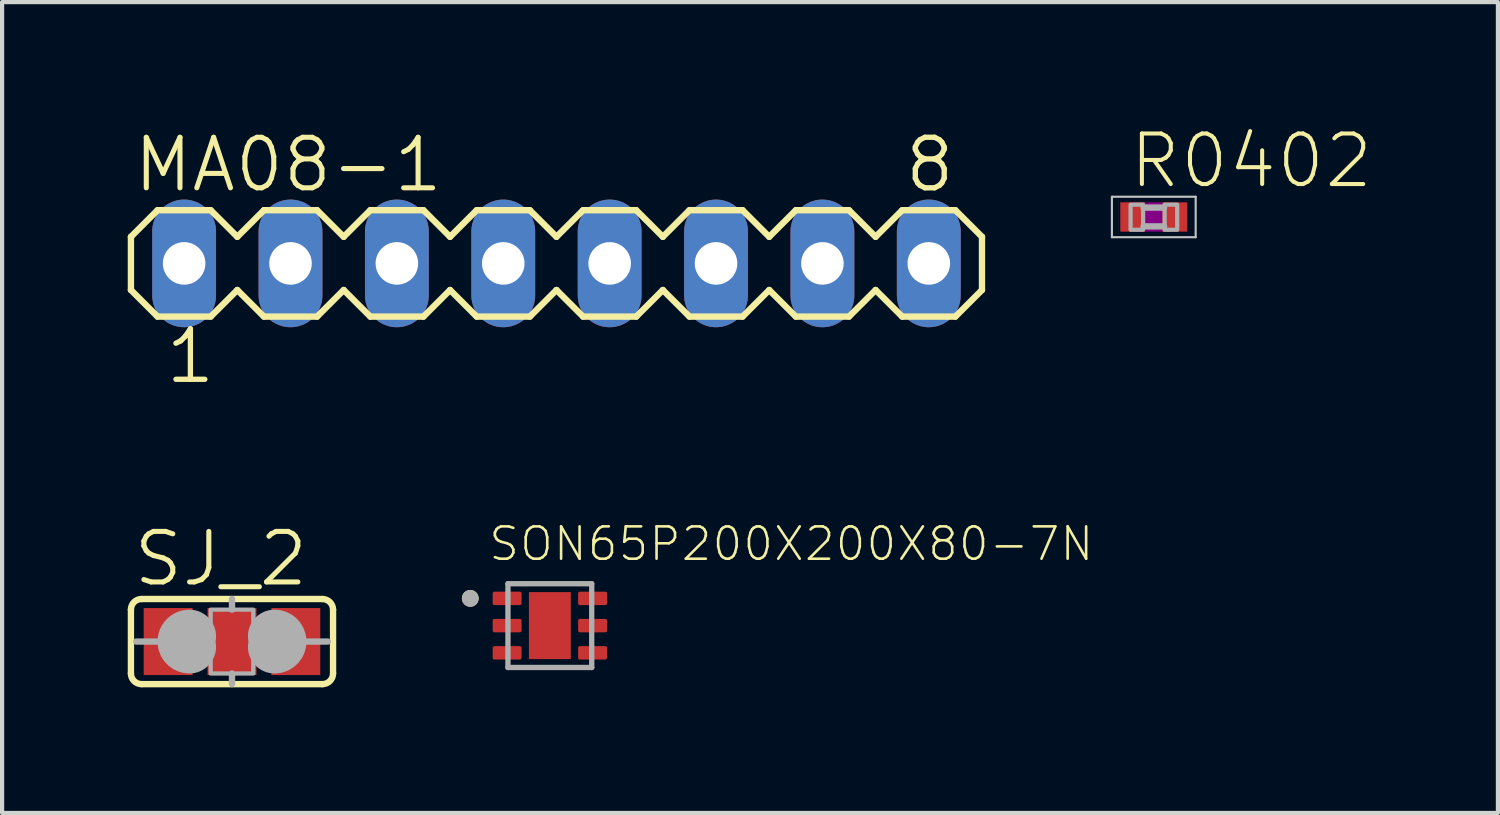
<source format=kicad_pcb>
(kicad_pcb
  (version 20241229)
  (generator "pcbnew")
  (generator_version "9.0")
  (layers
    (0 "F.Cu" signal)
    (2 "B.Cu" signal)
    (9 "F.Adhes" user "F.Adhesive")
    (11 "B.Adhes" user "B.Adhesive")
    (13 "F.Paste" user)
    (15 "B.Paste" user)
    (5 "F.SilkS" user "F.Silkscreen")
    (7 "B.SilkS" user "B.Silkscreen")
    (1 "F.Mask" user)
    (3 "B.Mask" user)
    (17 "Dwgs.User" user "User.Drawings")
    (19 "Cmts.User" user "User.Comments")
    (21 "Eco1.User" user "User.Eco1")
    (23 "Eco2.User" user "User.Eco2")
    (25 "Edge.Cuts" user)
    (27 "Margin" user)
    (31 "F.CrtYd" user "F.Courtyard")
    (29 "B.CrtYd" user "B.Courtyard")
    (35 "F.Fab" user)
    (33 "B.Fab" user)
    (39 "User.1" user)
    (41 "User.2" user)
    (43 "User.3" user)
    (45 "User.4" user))
  (footprint "MA08-1"
    (layer "F.Cu")
    (at 10.236 3.239)
    (property "Reference" "MA08-1" (at -10.16 -1.651 0) (layer "F.SilkS") (effects (font (size 1.206 1.206) (thickness 0.121)) (justify left bottom)))
    (attr through_hole)
    (fp_line (start -10.16 -0.635) (end -10.16 0.635) (stroke (width 0.152) (type solid)) (layer "F.SilkS"))
    (fp_line (start -10.16 0.635) (end -9.525 1.27) (stroke (width 0.152) (type solid)) (layer "F.SilkS"))
    (fp_line (start -9.525 -1.27) (end -10.16 -0.635) (stroke (width 0.152) (type solid)) (layer "F.SilkS"))
    (fp_line (start -9.525 -1.27) (end -8.255 -1.27) (stroke (width 0.152) (type solid)) (layer "F.SilkS"))
    (fp_line (start -8.255 -1.27) (end -7.62 -0.635) (stroke (width 0.152) (type solid)) (layer "F.SilkS"))
    (fp_line (start -8.255 1.27) (end -9.525 1.27) (stroke (width 0.152) (type solid)) (layer "F.SilkS"))
    (fp_line (start -7.62 -0.635) (end -6.985 -1.27) (stroke (width 0.152) (type solid)) (layer "F.SilkS"))
    (fp_line (start -7.62 0.635) (end -8.255 1.27) (stroke (width 0.152) (type solid)) (layer "F.SilkS"))
    (fp_line (start -6.985 -1.27) (end -5.715 -1.27) (stroke (width 0.152) (type solid)) (layer "F.SilkS"))
    (fp_line (start -6.985 1.27) (end -7.62 0.635) (stroke (width 0.152) (type solid)) (layer "F.SilkS"))
    (fp_line (start -5.715 -1.27) (end -5.08 -0.635) (stroke (width 0.152) (type solid)) (layer "F.SilkS"))
    (fp_line (start -5.715 1.27) (end -6.985 1.27) (stroke (width 0.152) (type solid)) (layer "F.SilkS"))
    (fp_line (start -5.08 -0.635) (end -4.445 -1.27) (stroke (width 0.152) (type solid)) (layer "F.SilkS"))
    (fp_line (start -5.08 0.635) (end -5.715 1.27) (stroke (width 0.152) (type solid)) (layer "F.SilkS"))
    (fp_line (start -4.445 -1.27) (end -3.175 -1.27) (stroke (width 0.152) (type solid)) (layer "F.SilkS"))
    (fp_line (start -4.445 1.27) (end -5.08 0.635) (stroke (width 0.152) (type solid)) (layer "F.SilkS"))
    (fp_line (start -3.175 -1.27) (end -2.54 -0.635) (stroke (width 0.152) (type solid)) (layer "F.SilkS"))
    (fp_line (start -3.175 1.27) (end -4.445 1.27) (stroke (width 0.152) (type solid)) (layer "F.SilkS"))
    (fp_line (start -2.54 0.635) (end -3.175 1.27) (stroke (width 0.152) (type solid)) (layer "F.SilkS"))
    (fp_line (start -2.54 0.635) (end -1.905 1.27) (stroke (width 0.152) (type solid)) (layer "F.SilkS"))
    (fp_line (start -1.905 -1.27) (end -2.54 -0.635) (stroke (width 0.152) (type solid)) (layer "F.SilkS"))
    (fp_line (start -1.905 -1.27) (end -0.635 -1.27) (stroke (width 0.152) (type solid)) (layer "F.SilkS"))
    (fp_line (start -0.635 -1.27) (end 0 -0.635) (stroke (width 0.152) (type solid)) (layer "F.SilkS"))
    (fp_line (start -0.635 1.27) (end -1.905 1.27) (stroke (width 0.152) (type solid)) (layer "F.SilkS"))
    (fp_line (start 0 0.635) (end -0.635 1.27) (stroke (width 0.152) (type solid)) (layer "F.SilkS"))
    (fp_line (start 0 0.635) (end 0.635 1.27) (stroke (width 0.152) (type solid)) (layer "F.SilkS"))
    (fp_line (start 0.635 -1.27) (end 0 -0.635) (stroke (width 0.152) (type solid)) (layer "F.SilkS"))
    (fp_line (start 0.635 -1.27) (end 1.905 -1.27) (stroke (width 0.152) (type solid)) (layer "F.SilkS"))
    (fp_line (start 1.905 -1.27) (end 2.54 -0.635) (stroke (width 0.152) (type solid)) (layer "F.SilkS"))
    (fp_line (start 1.905 1.27) (end 0.635 1.27) (stroke (width 0.152) (type solid)) (layer "F.SilkS"))
    (fp_line (start 2.54 -0.635) (end 3.175 -1.27) (stroke (width 0.152) (type solid)) (layer "F.SilkS"))
    (fp_line (start 2.54 0.635) (end 1.905 1.27) (stroke (width 0.152) (type solid)) (layer "F.SilkS"))
    (fp_line (start 3.175 -1.27) (end 4.445 -1.27) (stroke (width 0.152) (type solid)) (layer "F.SilkS"))
    (fp_line (start 3.175 1.27) (end 2.54 0.635) (stroke (width 0.152) (type solid)) (layer "F.SilkS"))
    (fp_line (start 4.445 -1.27) (end 5.08 -0.635) (stroke (width 0.152) (type solid)) (layer "F.SilkS"))
    (fp_line (start 4.445 1.27) (end 3.175 1.27) (stroke (width 0.152) (type solid)) (layer "F.SilkS"))
    (fp_line (start 5.08 -0.635) (end 5.715 -1.27) (stroke (width 0.152) (type solid)) (layer "F.SilkS"))
    (fp_line (start 5.08 0.635) (end 4.445 1.27) (stroke (width 0.152) (type solid)) (layer "F.SilkS"))
    (fp_line (start 5.715 -1.27) (end 6.985 -1.27) (stroke (width 0.152) (type solid)) (layer "F.SilkS"))
    (fp_line (start 5.715 1.27) (end 5.08 0.635) (stroke (width 0.152) (type solid)) (layer "F.SilkS"))
    (fp_line (start 6.985 -1.27) (end 7.62 -0.635) (stroke (width 0.152) (type solid)) (layer "F.SilkS"))
    (fp_line (start 6.985 1.27) (end 5.715 1.27) (stroke (width 0.152) (type solid)) (layer "F.SilkS"))
    (fp_line (start 7.62 0.635) (end 6.985 1.27) (stroke (width 0.152) (type solid)) (layer "F.SilkS"))
    (fp_line (start 7.62 0.635) (end 8.255 1.27) (stroke (width 0.152) (type solid)) (layer "F.SilkS"))
    (fp_line (start 8.255 -1.27) (end 7.62 -0.635) (stroke (width 0.152) (type solid)) (layer "F.SilkS"))
    (fp_line (start 8.255 -1.27) (end 9.525 -1.27) (stroke (width 0.152) (type solid)) (layer "F.SilkS"))
    (fp_line (start 9.525 -1.27) (end 10.16 -0.635) (stroke (width 0.152) (type solid)) (layer "F.SilkS"))
    (fp_line (start 9.525 1.27) (end 8.255 1.27) (stroke (width 0.152) (type solid)) (layer "F.SilkS"))
    (fp_line (start 10.16 -0.635) (end 10.16 0.635) (stroke (width 0.152) (type solid)) (layer "F.SilkS"))
    (fp_line (start 10.16 0.635) (end 9.525 1.27) (stroke (width 0.152) (type solid)) (layer "F.SilkS"))
    (fp_poly (pts (xy -9.144 0.254) (xy -8.636 0.254) (xy -8.636 -0.254) (xy -9.144 -0.254)) (stroke (width 0.1) (type solid)) (fill no) (layer "F.Fab"))
    (fp_poly (pts (xy -6.604 0.254) (xy -6.096 0.254) (xy -6.096 -0.254) (xy -6.604 -0.254)) (stroke (width 0.1) (type solid)) (fill no) (layer "F.Fab"))
    (fp_poly (pts (xy -4.064 0.254) (xy -3.556 0.254) (xy -3.556 -0.254) (xy -4.064 -0.254)) (stroke (width 0.1) (type solid)) (fill no) (layer "F.Fab"))
    (fp_poly (pts (xy -1.524 0.254) (xy -1.016 0.254) (xy -1.016 -0.254) (xy -1.524 -0.254)) (stroke (width 0.1) (type solid)) (fill no) (layer "F.Fab"))
    (fp_poly (pts (xy 1.016 0.254) (xy 1.524 0.254) (xy 1.524 -0.254) (xy 1.016 -0.254)) (stroke (width 0.1) (type solid)) (fill no) (layer "F.Fab"))
    (fp_poly (pts (xy 3.556 0.254) (xy 4.064 0.254) (xy 4.064 -0.254) (xy 3.556 -0.254)) (stroke (width 0.1) (type solid)) (fill no) (layer "F.Fab"))
    (fp_poly (pts (xy 6.096 0.254) (xy 6.604 0.254) (xy 6.604 -0.254) (xy 6.096 -0.254)) (stroke (width 0.1) (type solid)) (fill no) (layer "F.Fab"))
    (fp_poly (pts (xy 8.636 0.254) (xy 9.144 0.254) (xy 9.144 -0.254) (xy 8.636 -0.254)) (stroke (width 0.1) (type solid)) (fill no) (layer "F.Fab"))
    (fp_text user "1" (at -9.398 2.921 0) (layer "F.SilkS") (effects (font (size 1.206 1.206) (thickness 0.127)) (justify left bottom)))
    (fp_text user "8" (at 8.255 -1.651 0) (layer "F.SilkS") (effects (font (size 1.206 1.206) (thickness 0.127)) (justify left bottom)))
    (pad "1" thru_hole oval (at -8.89 0 90) (size 3.048 1.524) (drill 1.016) (layers "*.Cu" "*.Mask"))
    (pad "2" thru_hole oval (at -6.35 0 90) (size 3.048 1.524) (drill 1.016) (layers "*.Cu" "*.Mask"))
    (pad "3" thru_hole oval (at -3.81 0 90) (size 3.048 1.524) (drill 1.016) (layers "*.Cu" "*.Mask"))
    (pad "4" thru_hole oval (at -1.27 0 90) (size 3.048 1.524) (drill 1.016) (layers "*.Cu" "*.Mask"))
    (pad "5" thru_hole oval (at 1.27 0 90) (size 3.048 1.524) (drill 1.016) (layers "*.Cu" "*.Mask"))
    (pad "6" thru_hole oval (at 3.81 0 90) (size 3.048 1.524) (drill 1.016) (layers "*.Cu" "*.Mask"))
    (pad "7" thru_hole oval (at 6.35 0 90) (size 3.048 1.524) (drill 1.016) (layers "*.Cu" "*.Mask"))
    (pad "8" thru_hole oval (at 8.89 0 90) (size 3.048 1.524) (drill 1.016) (layers "*.Cu" "*.Mask")))
  (footprint "SON65P200X200X80-7N"
    (layer "F.Cu")
    (at 10.078 11.887)
    (property "Reference" "SON65P200X200X80-7N" (at -1.5 -1.5 180) (layer "F.SilkS") (effects (font (size 0.772 0.772) (thickness 0.062)) (justify left bottom)))
    (attr through_hole)
    (fp_circle (center -1.9 -0.65) (end -1.8 -0.65) (stroke (width 0.2) (type solid)) (fill no) (layer "F.SilkS"))
    (fp_poly (pts (xy -0.316 0.506) (xy 0.316 0.506) (xy 0.316 -0.506) (xy -0.316 -0.506)) (stroke (width 0) (type solid)) (fill yes) (layer "F.Paste"))
    (fp_line (start -1 -1) (end -1 1) (stroke (width 0.127) (type solid)) (layer "F.Fab"))
    (fp_line (start -1 -1) (end 1 -1) (stroke (width 0.127) (type solid)) (layer "F.Fab"))
    (fp_line (start -1 1) (end 1 1) (stroke (width 0.127) (type solid)) (layer "F.Fab"))
    (fp_line (start 1 -1) (end 1 1) (stroke (width 0.127) (type solid)) (layer "F.Fab"))
    (fp_circle (center -1.9 -0.65) (end -1.8 -0.65) (stroke (width 0.2) (type solid)) (fill no) (layer "F.Fab"))
    (pad "1" smd roundrect (at -1.02 -0.65) (size 0.69 0.32) (layers "F.Cu" "F.Mask" "F.Paste") (roundrect_rratio 0.125))
    (pad "2" smd roundrect (at -1.02 0) (size 0.69 0.32) (layers "F.Cu" "F.Mask" "F.Paste") (roundrect_rratio 0.125))
    (pad "3" smd roundrect (at -1.02 0.65) (size 0.69 0.32) (layers "F.Cu" "F.Mask" "F.Paste") (roundrect_rratio 0.125))
    (pad "4" smd roundrect (at 1.02 0.65) (size 0.69 0.32) (layers "F.Cu" "F.Mask" "F.Paste") (roundrect_rratio 0.125))
    (pad "5" smd roundrect (at 1.02 0) (size 0.69 0.32) (layers "F.Cu" "F.Mask" "F.Paste") (roundrect_rratio 0.125))
    (pad "6" smd roundrect (at 1.02 -0.65) (size 0.69 0.32) (layers "F.Cu" "F.Mask" "F.Paste") (roundrect_rratio 0.125))
    (pad "7" smd rect (at 0 0) (size 1 1.6) (layers "F.Cu" "F.Mask")))
  (footprint "R0402"
    (layer "F.Cu")
    (at 24.498 2.131)
    (property "Reference" "R0402" (at -0.635 -0.635 180) (layer "F.SilkS") (effects (font (size 1.206 1.206) (thickness 0.097)) (justify left bottom)))
    (attr through_hole)
    (fp_poly (pts (xy -0.2 0.35) (xy 0.2 0.35) (xy 0.2 -0.35) (xy -0.2 -0.35)) (stroke (width 0) (type solid)) (fill yes) (layer "F.Adhes"))
    (fp_line (start -1 -0.483) (end 1 -0.483) (stroke (width 0.051) (type solid)) (layer "Dwgs.User"))
    (fp_line (start -1 0.483) (end -1 -0.483) (stroke (width 0.051) (type solid)) (layer "Dwgs.User"))
    (fp_line (start 1 -0.483) (end 1 0.483) (stroke (width 0.051) (type solid)) (layer "Dwgs.User"))
    (fp_line (start 1 0.483) (end -1 0.483) (stroke (width 0.051) (type solid)) (layer "Dwgs.User"))
    (fp_line (start -0.245 -0.224) (end 0.245 -0.224) (stroke (width 0.152) (type solid)) (layer "F.Fab"))
    (fp_line (start 0.245 0.224) (end -0.245 0.224) (stroke (width 0.152) (type solid)) (layer "F.Fab"))
    (fp_poly (pts (xy -0.554 0.305) (xy -0.254 0.305) (xy -0.254 -0.295) (xy -0.554 -0.295)) (stroke (width 0.1) (type solid)) (fill no) (layer "F.Fab"))
    (fp_poly (pts (xy 0.259 0.305) (xy 0.559 0.305) (xy 0.559 -0.295) (xy 0.259 -0.295)) (stroke (width 0.1) (type solid)) (fill no) (layer "F.Fab"))
    (pad "1" smd rect (at -0.5 0) (size 0.6 0.7) (layers "F.Cu" "F.Mask" "F.Paste"))
    (pad "2" smd rect (at 0.5 0) (size 0.6 0.7) (layers "F.Cu" "F.Mask" "F.Paste")))
  (footprint "SJ_2"
    (layer "F.Cu")
    (at 2.489 12.268)
    (property "Reference" "SJ_2" (at -2.413 -1.27 0) (layer "F.SilkS") (effects (font (size 1.206 1.206) (thickness 0.121)) (justify left bottom)))
    (attr through_hole)
    (fp_line (start -2.413 0.762) (end -2.413 -0.762) (stroke (width 0.152) (type solid)) (layer "F.SilkS"))
    (fp_line (start -2.159 -1.016) (end 2.159 -1.016) (stroke (width 0.152) (type solid)) (layer "F.SilkS"))
    (fp_line (start 2.159 1.016) (end -2.159 1.016) (stroke (width 0.152) (type solid)) (layer "F.SilkS"))
    (fp_line (start 2.413 0.762) (end 2.413 -0.762) (stroke (width 0.152) (type solid)) (layer "F.SilkS"))
    (fp_arc (start -2.413 -0.762) (mid -2.338605 -0.941605) (end -2.159 -1.016) (stroke (width 0.1524) (type solid)) (layer "F.SilkS"))
    (fp_arc (start -2.159 1.016) (mid -2.338605 0.941605) (end -2.413 0.762) (stroke (width 0.1524) (type solid)) (layer "F.SilkS"))
    (fp_arc (start 2.159 -1.016) (mid 2.338605 -0.941605) (end 2.413 -0.762) (stroke (width 0.1524) (type solid)) (layer "F.SilkS"))
    (fp_arc (start 2.413 0.762) (mid 2.338605 0.941605) (end 2.159 1.016) (stroke (width 0.1524) (type solid)) (layer "F.SilkS"))
    (fp_line (start -1.778 0) (end -2.286 0) (stroke (width 0.152) (type solid)) (layer "F.Fab"))
    (fp_line (start 0 -0.762) (end 0 -1.016) (stroke (width 0.152) (type solid)) (layer "F.Fab"))
    (fp_line (start 0 1.016) (end 0 0.762) (stroke (width 0.152) (type solid)) (layer "F.Fab"))
    (fp_line (start 1.778 0) (end 2.286 0) (stroke (width 0.152) (type solid)) (layer "F.Fab"))
    (fp_arc (start -1.016 0.127) (mid -1.143 0) (end -1.016 -0.127) (stroke (width 1.27) (type solid)) (layer "F.Fab"))
    (fp_arc (start 1.016 -0.127) (mid 1.143 0) (end 1.016 0.127) (stroke (width 1.27) (type solid)) (layer "F.Fab"))
    (fp_poly (pts (xy -0.508 0.762) (xy 0.508 0.762) (xy 0.508 -0.762) (xy -0.508 -0.762)) (stroke (width 0.1) (type solid)) (fill no) (layer "F.Fab"))
    (pad "1" smd rect (at -1.524 0) (size 1.168 1.6) (layers "F.Cu" "F.Mask" "F.Paste"))
    (pad "2" smd rect (at 0 0) (size 1.168 1.6) (layers "F.Cu" "F.Mask" "F.Paste"))
    (pad "3" smd rect (at 1.524 0) (size 1.168 1.6) (layers "F.Cu" "F.Mask" "F.Paste")))
  (gr_rect
    (start -3 -3)
    (end 32.714 16.36)
    (stroke (width 0.1) (type default))
    (fill no)
    (layer "Edge.Cuts")))
</source>
